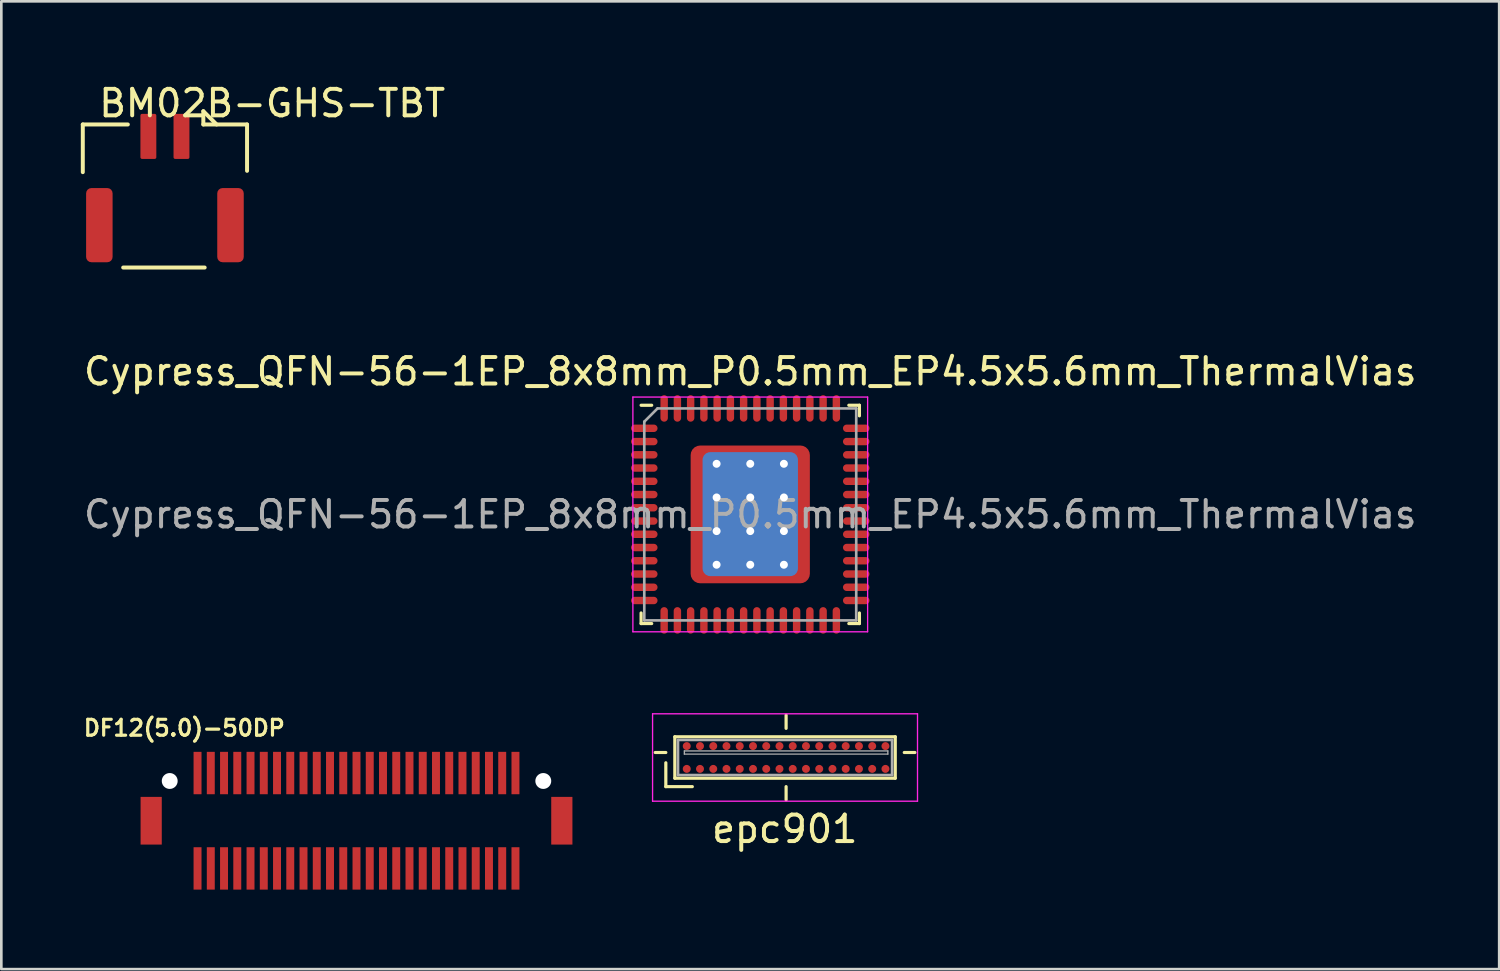
<source format=kicad_pcb>
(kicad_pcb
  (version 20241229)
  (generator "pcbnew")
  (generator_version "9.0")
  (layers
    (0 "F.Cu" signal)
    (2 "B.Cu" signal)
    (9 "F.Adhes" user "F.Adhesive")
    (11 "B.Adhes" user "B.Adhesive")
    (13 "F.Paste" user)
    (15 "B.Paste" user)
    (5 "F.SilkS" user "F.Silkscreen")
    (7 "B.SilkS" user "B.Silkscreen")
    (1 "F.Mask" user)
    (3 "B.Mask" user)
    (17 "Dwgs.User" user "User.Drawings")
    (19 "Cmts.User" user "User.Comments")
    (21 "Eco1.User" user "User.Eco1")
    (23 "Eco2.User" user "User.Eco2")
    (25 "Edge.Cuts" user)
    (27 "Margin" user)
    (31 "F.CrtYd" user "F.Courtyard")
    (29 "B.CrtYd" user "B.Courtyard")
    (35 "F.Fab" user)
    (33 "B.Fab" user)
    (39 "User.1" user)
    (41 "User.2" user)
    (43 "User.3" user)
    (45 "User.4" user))
  (footprint "DF12(5.0)-50DP"
    (layer "F.Cu")
    (at 10.406 27.928)
    (property "Reference" "DF12(5.0)-50DP" (at -6.5 -3.5 180) (layer "F.SilkS") (effects (font (size 0.6 0.6) (thickness 0.12))))
    (attr through_hole)
    (pad "" smd rect (at -7.75 0) (size 0.8 1.8) (layers "F.Cu" "F.Mask" "F.Paste"))
    (pad "" np_thru_hole circle (at -7.05 -1.5) (size 0.6 0.6) (drill 0.6) (layers "*.Cu" "*.Mask"))
    (pad "" np_thru_hole circle (at 7.05 -1.5) (size 0.6 0.6) (drill 0.6) (layers "*.Cu" "*.Mask"))
    (pad "" smd rect (at 7.75 0) (size 0.8 1.8) (layers "F.Cu" "F.Mask" "F.Paste"))
    (pad "1" smd rect (at 6 -1.8) (size 0.3 1.6) (layers "F.Cu" "F.Mask" "F.Paste"))
    (pad "2" smd rect (at 6 1.8) (size 0.3 1.6) (layers "F.Cu" "F.Mask" "F.Paste"))
    (pad "3" smd rect (at 5.5 -1.8) (size 0.3 1.6) (layers "F.Cu" "F.Mask" "F.Paste"))
    (pad "4" smd rect (at 5.5 1.8) (size 0.3 1.6) (layers "F.Cu" "F.Mask" "F.Paste"))
    (pad "5" smd rect (at 5 -1.8) (size 0.3 1.6) (layers "F.Cu" "F.Mask" "F.Paste"))
    (pad "6" smd rect (at 5 1.8) (size 0.3 1.6) (layers "F.Cu" "F.Mask" "F.Paste"))
    (pad "7" smd rect (at 4.5 -1.8) (size 0.3 1.6) (layers "F.Cu" "F.Mask" "F.Paste"))
    (pad "8" smd rect (at 4.5 1.8) (size 0.3 1.6) (layers "F.Cu" "F.Mask" "F.Paste"))
    (pad "9" smd rect (at 4 -1.8) (size 0.3 1.6) (layers "F.Cu" "F.Mask" "F.Paste"))
    (pad "10" smd rect (at 4 1.8) (size 0.3 1.6) (layers "F.Cu" "F.Mask" "F.Paste"))
    (pad "11" smd rect (at 3.5 -1.8) (size 0.3 1.6) (layers "F.Cu" "F.Mask" "F.Paste"))
    (pad "12" smd rect (at 3.5 1.8) (size 0.3 1.6) (layers "F.Cu" "F.Mask" "F.Paste"))
    (pad "13" smd rect (at 3 -1.8) (size 0.3 1.6) (layers "F.Cu" "F.Mask" "F.Paste"))
    (pad "14" smd rect (at 3 1.8) (size 0.3 1.6) (layers "F.Cu" "F.Mask" "F.Paste"))
    (pad "15" smd rect (at 2.5 -1.8) (size 0.3 1.6) (layers "F.Cu" "F.Mask" "F.Paste"))
    (pad "16" smd rect (at 2.5 1.8) (size 0.3 1.6) (layers "F.Cu" "F.Mask" "F.Paste"))
    (pad "17" smd rect (at 2 -1.8) (size 0.3 1.6) (layers "F.Cu" "F.Mask" "F.Paste"))
    (pad "18" smd rect (at 2 1.8) (size 0.3 1.6) (layers "F.Cu" "F.Mask" "F.Paste"))
    (pad "19" smd rect (at 1.5 -1.8) (size 0.3 1.6) (layers "F.Cu" "F.Mask" "F.Paste"))
    (pad "20" smd rect (at 1.5 1.8) (size 0.3 1.6) (layers "F.Cu" "F.Mask" "F.Paste"))
    (pad "21" smd rect (at 1 -1.8) (size 0.3 1.6) (layers "F.Cu" "F.Mask" "F.Paste"))
    (pad "22" smd rect (at 1 1.8) (size 0.3 1.6) (layers "F.Cu" "F.Mask" "F.Paste"))
    (pad "23" smd rect (at 0.5 -1.8) (size 0.3 1.6) (layers "F.Cu" "F.Mask" "F.Paste"))
    (pad "24" smd rect (at 0.5 1.8) (size 0.3 1.6) (layers "F.Cu" "F.Mask" "F.Paste"))
    (pad "25" smd rect (at 0 -1.8) (size 0.3 1.6) (layers "F.Cu" "F.Mask" "F.Paste"))
    (pad "26" smd rect (at 0 1.8) (size 0.3 1.6) (layers "F.Cu" "F.Mask" "F.Paste"))
    (pad "27" smd rect (at -0.5 -1.8) (size 0.3 1.6) (layers "F.Cu" "F.Mask" "F.Paste"))
    (pad "28" smd rect (at -0.5 1.8) (size 0.3 1.6) (layers "F.Cu" "F.Mask" "F.Paste"))
    (pad "29" smd rect (at -1 -1.8) (size 0.3 1.6) (layers "F.Cu" "F.Mask" "F.Paste"))
    (pad "30" smd rect (at -1 1.8) (size 0.3 1.6) (layers "F.Cu" "F.Mask" "F.Paste"))
    (pad "31" smd rect (at -1.5 -1.8) (size 0.3 1.6) (layers "F.Cu" "F.Mask" "F.Paste"))
    (pad "32" smd rect (at -1.5 1.8) (size 0.3 1.6) (layers "F.Cu" "F.Mask" "F.Paste"))
    (pad "33" smd rect (at -2 -1.8) (size 0.3 1.6) (layers "F.Cu" "F.Mask" "F.Paste"))
    (pad "34" smd rect (at -2 1.8) (size 0.3 1.6) (layers "F.Cu" "F.Mask" "F.Paste"))
    (pad "35" smd rect (at -2.5 -1.8) (size 0.3 1.6) (layers "F.Cu" "F.Mask" "F.Paste"))
    (pad "36" smd rect (at -2.5 1.8) (size 0.3 1.6) (layers "F.Cu" "F.Mask" "F.Paste"))
    (pad "37" smd rect (at -3 -1.8) (size 0.3 1.6) (layers "F.Cu" "F.Mask" "F.Paste"))
    (pad "38" smd rect (at -3 1.8) (size 0.3 1.6) (layers "F.Cu" "F.Mask" "F.Paste"))
    (pad "39" smd rect (at -3.5 -1.8) (size 0.3 1.6) (layers "F.Cu" "F.Mask" "F.Paste"))
    (pad "40" smd rect (at -3.5 1.8) (size 0.3 1.6) (layers "F.Cu" "F.Mask" "F.Paste"))
    (pad "41" smd rect (at -4 -1.8) (size 0.3 1.6) (layers "F.Cu" "F.Mask" "F.Paste"))
    (pad "42" smd rect (at -4 1.8) (size 0.3 1.6) (layers "F.Cu" "F.Mask" "F.Paste"))
    (pad "43" smd rect (at -4.5 -1.8) (size 0.3 1.6) (layers "F.Cu" "F.Mask" "F.Paste"))
    (pad "44" smd rect (at -4.5 1.8) (size 0.3 1.6) (layers "F.Cu" "F.Mask" "F.Paste"))
    (pad "45" smd rect (at -5 -1.8) (size 0.3 1.6) (layers "F.Cu" "F.Mask" "F.Paste"))
    (pad "46" smd rect (at -5 1.8) (size 0.3 1.6) (layers "F.Cu" "F.Mask" "F.Paste"))
    (pad "47" smd rect (at -5.5 -1.8) (size 0.3 1.6) (layers "F.Cu" "F.Mask" "F.Paste"))
    (pad "48" smd rect (at -5.5 1.8) (size 0.3 1.6) (layers "F.Cu" "F.Mask" "F.Paste"))
    (pad "49" smd rect (at -6 -1.8) (size 0.3 1.6) (layers "F.Cu" "F.Mask" "F.Paste"))
    (pad "50" smd rect (at -6 1.8) (size 0.3 1.6) (layers "F.Cu" "F.Mask" "F.Paste")))
  (footprint "epc901"
    (layer "F.Cu")
    (at 26.571 25.541)
    (property "Reference" "epc901" (at 0 2.7 0) (layer "F.SilkS") (effects (font (size 1 1) (thickness 0.15))))
    (attr smd)
    (fp_line (start -4.49 -0.188) (end -4.89 -0.188) (stroke (width 0.12) (type solid)) (layer "F.SilkS"))
    (fp_line (start -4.49 0.2) (end -4.49 1.1) (stroke (width 0.12) (type solid)) (layer "F.SilkS"))
    (fp_line (start -4.49 1.1) (end -3.49 1.1) (stroke (width 0.12) (type solid)) (layer "F.SilkS"))
    (fp_line (start -4.15 -0.782) (end -4.15 0.782) (stroke (width 0.12) (type solid)) (layer "F.SilkS"))
    (fp_line (start -4.15 -0.782) (end 4.17 -0.782) (stroke (width 0.12) (type solid)) (layer "F.SilkS"))
    (fp_line (start -4.15 0.782) (end 4.17 0.782) (stroke (width 0.12) (type solid)) (layer "F.SilkS"))
    (fp_line (start 0.05 -1.1) (end 0.05 -1.6) (stroke (width 0.12) (type solid)) (layer "F.SilkS"))
    (fp_line (start 0.05 1.1) (end 0.05 1.6) (stroke (width 0.12) (type solid)) (layer "F.SilkS"))
    (fp_line (start 4.17 -0.782) (end 4.17 0.782) (stroke (width 0.12) (type solid)) (layer "F.SilkS"))
    (fp_line (start 4.51 -0.188) (end 4.91 -0.188) (stroke (width 0.12) (type solid)) (layer "F.SilkS"))
    (fp_line (start -4.99 -1.65) (end -4.99 1.65) (stroke (width 0.05) (type solid)) (layer "F.CrtYd"))
    (fp_line (start -4.99 -1.65) (end 5.01 -1.65) (stroke (width 0.05) (type solid)) (layer "F.CrtYd"))
    (fp_line (start -4.99 1.65) (end 5.01 1.65) (stroke (width 0.05) (type solid)) (layer "F.CrtYd"))
    (fp_line (start 5.01 1.65) (end 5.01 -1.65) (stroke (width 0.05) (type solid)) (layer "F.CrtYd"))
    (fp_line (start -4.03 -0.662) (end -4.03 0.662) (stroke (width 0.1) (type solid)) (layer "F.Fab"))
    (fp_line (start -4.03 -0.662) (end 4.05 -0.662) (stroke (width 0.1) (type solid)) (layer "F.Fab"))
    (fp_line (start -4.03 0.662) (end 4.05 0.662) (stroke (width 0.1) (type solid)) (layer "F.Fab"))
    (fp_line (start -3.79 -0.248) (end -3.79 -0.128) (stroke (width 0.05) (type solid)) (layer "F.Fab"))
    (fp_line (start -3.79 -0.248) (end 3.89 -0.248) (stroke (width 0.05) (type solid)) (layer "F.Fab"))
    (fp_line (start -3.79 -0.128) (end 3.89 -0.128) (stroke (width 0.05) (type solid)) (layer "F.Fab"))
    (fp_line (start 3.89 -0.248) (end 3.89 -0.128) (stroke (width 0.05) (type solid)) (layer "F.Fab"))
    (fp_line (start 4.05 -0.662) (end 4.05 0.662) (stroke (width 0.1) (type solid)) (layer "F.Fab"))
    (pad "1" smd circle (at -3.7 0.43) (size 0.3 0.3) (layers "F.Cu" "F.Mask" "F.Paste"))
    (pad "2" smd circle (at -3.2 0.43) (size 0.3 0.3) (layers "F.Cu" "F.Mask" "F.Paste"))
    (pad "3" smd circle (at -2.7 0.43) (size 0.3 0.3) (layers "F.Cu" "F.Mask" "F.Paste"))
    (pad "4" smd circle (at -2.2 0.43) (size 0.3 0.3) (layers "F.Cu" "F.Mask" "F.Paste"))
    (pad "5" smd circle (at -1.7 0.43) (size 0.3 0.3) (layers "F.Cu" "F.Mask" "F.Paste"))
    (pad "6" smd circle (at -1.2 0.43) (size 0.3 0.3) (layers "F.Cu" "F.Mask" "F.Paste"))
    (pad "7" smd circle (at -0.7 0.43) (size 0.3 0.3) (layers "F.Cu" "F.Mask" "F.Paste"))
    (pad "8" smd circle (at -0.2 0.43) (size 0.3 0.3) (layers "F.Cu" "F.Mask" "F.Paste"))
    (pad "9" smd circle (at 0.3 0.43) (size 0.3 0.3) (layers "F.Cu" "F.Mask" "F.Paste"))
    (pad "10" smd circle (at 0.8 0.43) (size 0.3 0.3) (layers "F.Cu" "F.Mask" "F.Paste"))
    (pad "11" smd circle (at 1.3 0.43) (size 0.3 0.3) (layers "F.Cu" "F.Mask" "F.Paste"))
    (pad "12" smd circle (at 1.8 0.43) (size 0.3 0.3) (layers "F.Cu" "F.Mask" "F.Paste"))
    (pad "13" smd circle (at 2.3 0.43) (size 0.3 0.3) (layers "F.Cu" "F.Mask" "F.Paste"))
    (pad "14" smd circle (at 2.8 0.43) (size 0.3 0.3) (layers "F.Cu" "F.Mask" "F.Paste"))
    (pad "15" smd circle (at 3.3 0.43) (size 0.3 0.3) (layers "F.Cu" "F.Mask" "F.Paste"))
    (pad "16" smd circle (at 3.8 0.43) (size 0.3 0.3) (layers "F.Cu" "F.Mask" "F.Paste"))
    (pad "17" smd circle (at 3.8 -0.43) (size 0.3 0.3) (layers "F.Cu" "F.Mask" "F.Paste"))
    (pad "18" smd circle (at 3.3 -0.43) (size 0.3 0.3) (layers "F.Cu" "F.Mask" "F.Paste"))
    (pad "19" smd circle (at 2.8 -0.43) (size 0.3 0.3) (layers "F.Cu" "F.Mask" "F.Paste"))
    (pad "20" smd circle (at 2.3 -0.43) (size 0.3 0.3) (layers "F.Cu" "F.Mask" "F.Paste"))
    (pad "21" smd circle (at 1.8 -0.43) (size 0.3 0.3) (layers "F.Cu" "F.Mask" "F.Paste"))
    (pad "22" smd circle (at 1.3 -0.43) (size 0.3 0.3) (layers "F.Cu" "F.Mask" "F.Paste"))
    (pad "23" smd circle (at 0.8 -0.43) (size 0.3 0.3) (layers "F.Cu" "F.Mask" "F.Paste"))
    (pad "24" smd circle (at 0.3 -0.43) (size 0.3 0.3) (layers "F.Cu" "F.Mask" "F.Paste"))
    (pad "25" smd circle (at -0.2 -0.43) (size 0.3 0.3) (layers "F.Cu" "F.Mask" "F.Paste"))
    (pad "26" smd circle (at -0.7 -0.43) (size 0.3 0.3) (layers "F.Cu" "F.Mask" "F.Paste"))
    (pad "27" smd circle (at -1.2 -0.43) (size 0.3 0.3) (layers "F.Cu" "F.Mask" "F.Paste"))
    (pad "28" smd circle (at -1.7 -0.43) (size 0.3 0.3) (layers "F.Cu" "F.Mask" "F.Paste"))
    (pad "29" smd circle (at -2.2 -0.43) (size 0.3 0.3) (layers "F.Cu" "F.Mask" "F.Paste"))
    (pad "30" smd circle (at -2.7 -0.43) (size 0.3 0.3) (layers "F.Cu" "F.Mask" "F.Paste"))
    (pad "31" smd circle (at -3.2 -0.43) (size 0.3 0.3) (layers "F.Cu" "F.Mask" "F.Paste"))
    (pad "32" smd circle (at -3.7 -0.43) (size 0.3 0.3) (layers "F.Cu" "F.Mask" "F.Paste")))
  (footprint "BM02B-GHS-TBT"
    (layer "F.Cu")
    (at 3.175 2.098)
    (property "Reference" "BM02B-GHS-TBT" (at 4.05 -1.25 0) (layer "F.SilkS") (effects (font (size 1 1) (thickness 0.15))))
    (fp_line (start -3.1 -0.45) (end -3.1 1.35) (stroke (width 0.15) (type solid)) (layer "F.SilkS"))
    (fp_line (start -3.1 -0.45) (end -1.4 -0.45) (stroke (width 0.15) (type solid)) (layer "F.SilkS"))
    (fp_line (start -1.575 4.95) (end 1.5 4.95) (stroke (width 0.15) (type solid)) (layer "F.SilkS"))
    (fp_line (start 1.45 -0.95) (end 1.95 -0.45) (stroke (width 0.15) (type solid)) (layer "F.SilkS"))
    (fp_line (start 1.45 -0.45) (end 1.45 -0.95) (stroke (width 0.15) (type solid)) (layer "F.SilkS"))
    (fp_line (start 1.45 -0.45) (end 3.1 -0.45) (stroke (width 0.15) (type solid)) (layer "F.SilkS"))
    (fp_line (start 3.1 -0.45) (end 3.1 1.3) (stroke (width 0.15) (type solid)) (layer "F.SilkS"))
    (pad "1" smd roundrect (at 0.625 0) (size 0.6 1.7) (layers "F.Cu" "F.Mask" "F.Paste") (roundrect_rratio 0.1))
    (pad "2" smd roundrect (at -0.625 0) (size 0.6 1.7) (layers "F.Cu" "F.Mask" "F.Paste") (roundrect_rratio 0.1))
    (pad "MP" smd roundrect (at -2.475 3.35) (size 1 2.8) (layers "F.Cu" "F.Mask" "F.Paste") (roundrect_rratio 0.2))
    (pad "MP" smd roundrect (at 2.475 3.35) (size 1 2.8) (layers "F.Cu" "F.Mask" "F.Paste") (roundrect_rratio 0.2)))
  (footprint "Cypress_QFN-56-1EP_8x8mm_P0.5mm_EP4.5x5.6mm_ThermalVias"
    (layer "F.Cu")
    (at 25.268 16.366)
    (property "Reference" "Cypress_QFN-56-1EP_8x8mm_P0.5mm_EP4.5x5.6mm_ThermalVias" (at 0 -5.395 0) (layer "F.SilkS") (effects (font (size 1 1) (thickness 0.15))))
    (attr smd)
    (fp_line (start -4.12 4.12) (end -4.12 3.72) (stroke (width 0.12) (type solid)) (layer "F.SilkS"))
    (fp_line (start -4.12 4.12) (end -3.72 4.12) (stroke (width 0.12) (type solid)) (layer "F.SilkS"))
    (fp_line (start -3.72 -4.12) (end -4.12 -4.12) (stroke (width 0.12) (type solid)) (layer "F.SilkS"))
    (fp_line (start 3.72 -4.12) (end 4.12 -4.12) (stroke (width 0.12) (type solid)) (layer "F.SilkS"))
    (fp_line (start 4.12 -4.12) (end 4.12 -3.72) (stroke (width 0.12) (type solid)) (layer "F.SilkS"))
    (fp_line (start 4.12 3.72) (end 4.12 4.12) (stroke (width 0.12) (type solid)) (layer "F.SilkS"))
    (fp_line (start 4.12 4.12) (end 3.72 4.12) (stroke (width 0.12) (type solid)) (layer "F.SilkS"))
    (fp_line (start -4.43 -4.43) (end 4.43 -4.43) (stroke (width 0.05) (type solid)) (layer "F.CrtYd"))
    (fp_line (start -4.43 4.43) (end -4.43 -4.43) (stroke (width 0.05) (type solid)) (layer "F.CrtYd"))
    (fp_line (start 4.43 -4.43) (end 4.43 4.43) (stroke (width 0.05) (type solid)) (layer "F.CrtYd"))
    (fp_line (start 4.43 4.43) (end -4.43 4.43) (stroke (width 0.05) (type solid)) (layer "F.CrtYd"))
    (fp_line (start -4 -3.5) (end -3.5 -4) (stroke (width 0.1) (type solid)) (layer "F.Fab"))
    (fp_line (start -4 4) (end -4 -3.5) (stroke (width 0.1) (type solid)) (layer "F.Fab"))
    (fp_line (start -3.5 -4) (end 4 -4) (stroke (width 0.1) (type solid)) (layer "F.Fab"))
    (fp_line (start 4 -4) (end 4 4) (stroke (width 0.1) (type solid)) (layer "F.Fab"))
    (fp_line (start 4 4) (end -4 4) (stroke (width 0.1) (type solid)) (layer "F.Fab"))
    (fp_text user "${REFERENCE}" (at 0 0 0) (layer "F.Fab") (effects (font (size 1 1) (thickness 0.15))))
    (pad "" smd roundrect (at -0.998 -1.604) (size 1.62 1.3) (layers "F.Paste") (roundrect_rratio 0.08))
    (pad "" smd roundrect (at -0.998 -0.004) (size 1.62 1.3) (layers "F.Paste") (roundrect_rratio 0.08))
    (pad "" smd roundrect (at -0.998 1.596) (size 1.62 1.3) (layers "F.Paste") (roundrect_rratio 0.08))
    (pad "" smd roundrect (at 1.002 -1.604) (size 1.62 1.3) (layers "F.Paste") (roundrect_rratio 0.08))
    (pad "" smd roundrect (at 1.002 -0.004) (size 1.62 1.3) (layers "F.Paste") (roundrect_rratio 0.08))
    (pad "" smd roundrect (at 1.002 1.596) (size 1.62 1.3) (layers "F.Paste") (roundrect_rratio 0.08))
    (pad "1" smd oval (at -4 -3.25) (size 1 0.28) (layers "F.Cu" "F.Mask" "F.Paste"))
    (pad "2" smd oval (at -4 -2.75) (size 1 0.28) (layers "F.Cu" "F.Mask" "F.Paste"))
    (pad "3" smd oval (at -4 -2.25) (size 1 0.28) (layers "F.Cu" "F.Mask" "F.Paste"))
    (pad "4" smd oval (at -4 -1.75) (size 1 0.28) (layers "F.Cu" "F.Mask" "F.Paste"))
    (pad "5" smd oval (at -4 -1.25) (size 1 0.28) (layers "F.Cu" "F.Mask" "F.Paste"))
    (pad "6" smd oval (at -4 -0.75) (size 1 0.28) (layers "F.Cu" "F.Mask" "F.Paste"))
    (pad "7" smd oval (at -4 -0.25) (size 1 0.28) (layers "F.Cu" "F.Mask" "F.Paste"))
    (pad "8" smd oval (at -4 0.25) (size 1 0.28) (layers "F.Cu" "F.Mask" "F.Paste"))
    (pad "9" smd oval (at -4 0.75) (size 1 0.28) (layers "F.Cu" "F.Mask" "F.Paste"))
    (pad "10" smd oval (at -4 1.25) (size 1 0.28) (layers "F.Cu" "F.Mask" "F.Paste"))
    (pad "11" smd oval (at -4 1.75) (size 1 0.28) (layers "F.Cu" "F.Mask" "F.Paste"))
    (pad "12" smd oval (at -4 2.25) (size 1 0.28) (layers "F.Cu" "F.Mask" "F.Paste"))
    (pad "13" smd oval (at -4 2.75) (size 1 0.28) (layers "F.Cu" "F.Mask" "F.Paste"))
    (pad "14" smd oval (at -4 3.25) (size 1 0.28) (layers "F.Cu" "F.Mask" "F.Paste"))
    (pad "15" smd oval (at -3.25 4) (size 0.28 1) (layers "F.Cu" "F.Mask" "F.Paste"))
    (pad "16" smd oval (at -2.75 4) (size 0.28 1) (layers "F.Cu" "F.Mask" "F.Paste"))
    (pad "17" smd oval (at -2.25 4) (size 0.28 1) (layers "F.Cu" "F.Mask" "F.Paste"))
    (pad "18" smd oval (at -1.75 4) (size 0.28 1) (layers "F.Cu" "F.Mask" "F.Paste"))
    (pad "19" smd oval (at -1.25 4) (size 0.28 1) (layers "F.Cu" "F.Mask" "F.Paste"))
    (pad "20" smd oval (at -0.75 4) (size 0.28 1) (layers "F.Cu" "F.Mask" "F.Paste"))
    (pad "21" smd oval (at -0.25 4) (size 0.28 1) (layers "F.Cu" "F.Mask" "F.Paste"))
    (pad "22" smd oval (at 0.25 4) (size 0.28 1) (layers "F.Cu" "F.Mask" "F.Paste"))
    (pad "23" smd oval (at 0.75 4) (size 0.28 1) (layers "F.Cu" "F.Mask" "F.Paste"))
    (pad "24" smd oval (at 1.25 4) (size 0.28 1) (layers "F.Cu" "F.Mask" "F.Paste"))
    (pad "25" smd oval (at 1.75 4) (size 0.28 1) (layers "F.Cu" "F.Mask" "F.Paste"))
    (pad "26" smd oval (at 2.25 4) (size 0.28 1) (layers "F.Cu" "F.Mask" "F.Paste"))
    (pad "27" smd oval (at 2.75 4) (size 0.28 1) (layers "F.Cu" "F.Mask" "F.Paste"))
    (pad "28" smd oval (at 3.25 4) (size 0.28 1) (layers "F.Cu" "F.Mask" "F.Paste"))
    (pad "29" smd oval (at 4 3.25) (size 1 0.28) (layers "F.Cu" "F.Mask" "F.Paste"))
    (pad "30" smd oval (at 4 2.75) (size 1 0.28) (layers "F.Cu" "F.Mask" "F.Paste"))
    (pad "31" smd oval (at 4 2.25) (size 1 0.28) (layers "F.Cu" "F.Mask" "F.Paste"))
    (pad "32" smd oval (at 4 1.75) (size 1 0.28) (layers "F.Cu" "F.Mask" "F.Paste"))
    (pad "33" smd oval (at 4 1.25) (size 1 0.28) (layers "F.Cu" "F.Mask" "F.Paste"))
    (pad "34" smd oval (at 4 0.75) (size 1 0.28) (layers "F.Cu" "F.Mask" "F.Paste"))
    (pad "35" smd oval (at 4 0.25) (size 1 0.28) (layers "F.Cu" "F.Mask" "F.Paste"))
    (pad "36" smd oval (at 4 -0.25) (size 1 0.28) (layers "F.Cu" "F.Mask" "F.Paste"))
    (pad "37" smd oval (at 4 -0.75) (size 1 0.28) (layers "F.Cu" "F.Mask" "F.Paste"))
    (pad "38" smd oval (at 4 -1.25) (size 1 0.28) (layers "F.Cu" "F.Mask" "F.Paste"))
    (pad "39" smd oval (at 4 -1.75) (size 1 0.28) (layers "F.Cu" "F.Mask" "F.Paste"))
    (pad "40" smd oval (at 4 -2.25) (size 1 0.28) (layers "F.Cu" "F.Mask" "F.Paste"))
    (pad "41" smd oval (at 4 -2.75) (size 1 0.28) (layers "F.Cu" "F.Mask" "F.Paste"))
    (pad "42" smd oval (at 4 -3.25) (size 1 0.28) (layers "F.Cu" "F.Mask" "F.Paste"))
    (pad "43" smd oval (at 3.25 -4) (size 0.28 1) (layers "F.Cu" "F.Mask" "F.Paste"))
    (pad "44" smd oval (at 2.75 -4) (size 0.28 1) (layers "F.Cu" "F.Mask" "F.Paste"))
    (pad "45" smd oval (at 2.25 -4) (size 0.28 1) (layers "F.Cu" "F.Mask" "F.Paste"))
    (pad "46" smd oval (at 1.75 -4) (size 0.28 1) (layers "F.Cu" "F.Mask" "F.Paste"))
    (pad "47" smd oval (at 1.25 -4) (size 0.28 1) (layers "F.Cu" "F.Mask" "F.Paste"))
    (pad "48" smd oval (at 0.75 -4) (size 0.28 1) (layers "F.Cu" "F.Mask" "F.Paste"))
    (pad "49" smd oval (at 0.25 -4) (size 0.28 1) (layers "F.Cu" "F.Mask" "F.Paste"))
    (pad "50" smd oval (at -0.25 -4) (size 0.28 1) (layers "F.Cu" "F.Mask" "F.Paste"))
    (pad "51" smd oval (at -0.75 -4) (size 0.28 1) (layers "F.Cu" "F.Mask" "F.Paste"))
    (pad "52" smd oval (at -1.25 -4) (size 0.28 1) (layers "F.Cu" "F.Mask" "F.Paste"))
    (pad "53" smd oval (at -1.75 -4) (size 0.28 1) (layers "F.Cu" "F.Mask" "F.Paste"))
    (pad "54" smd oval (at -2.25 -4) (size 0.28 1) (layers "F.Cu" "F.Mask" "F.Paste"))
    (pad "55" smd oval (at -2.75 -4) (size 0.28 1) (layers "F.Cu" "F.Mask" "F.Paste"))
    (pad "56" smd oval (at -3.25 -4) (size 0.28 1) (layers "F.Cu" "F.Mask" "F.Paste"))
    (pad "57" thru_hole circle (at -1.27 -1.91) (size 0.6 0.6) (drill 0.3) (layers "*.Cu"))
    (pad "57" thru_hole circle (at -1.27 -0.64) (size 0.6 0.6) (drill 0.3) (layers "*.Cu"))
    (pad "57" thru_hole circle (at -1.27 0.63) (size 0.6 0.6) (drill 0.3) (layers "*.Cu"))
    (pad "57" thru_hole circle (at -1.27 1.9) (size 0.6 0.6) (drill 0.3) (layers "*.Cu"))
    (pad "57" thru_hole circle (at 0 -1.91) (size 0.6 0.6) (drill 0.3) (layers "*.Cu"))
    (pad "57" thru_hole circle (at 0 -0.64) (size 0.6 0.6) (drill 0.3) (layers "*.Cu"))
    (pad "57" smd roundrect (at 0 -0.01) (size 3.6 4.68) (layers "B.Cu") (roundrect_rratio 0.08))
    (pad "57" smd roundrect (at 0 0) (size 4.5 5.2) (layers "F.Cu" "F.Mask") (roundrect_rratio 0.08))
    (pad "57" thru_hole circle (at 0 0.63) (size 0.6 0.6) (drill 0.3) (layers "*.Cu"))
    (pad "57" thru_hole circle (at 0 1.9) (size 0.6 0.6) (drill 0.3) (layers "*.Cu"))
    (pad "57" thru_hole circle (at 1.27 -1.91) (size 0.6 0.6) (drill 0.3) (layers "*.Cu"))
    (pad "57" thru_hole circle (at 1.27 -0.64) (size 0.6 0.6) (drill 0.3) (layers "*.Cu"))
    (pad "57" thru_hole circle (at 1.27 0.63) (size 0.6 0.6) (drill 0.3) (layers "*.Cu"))
    (pad "57" thru_hole circle (at 1.27 1.9) (size 0.6 0.6) (drill 0.3) (layers "*.Cu")))
  (gr_rect
    (start -3 -3)
    (end 53.536 33.528)
    (stroke (width 0.1) (type default))
    (fill no)
    (layer "Edge.Cuts")))
</source>
